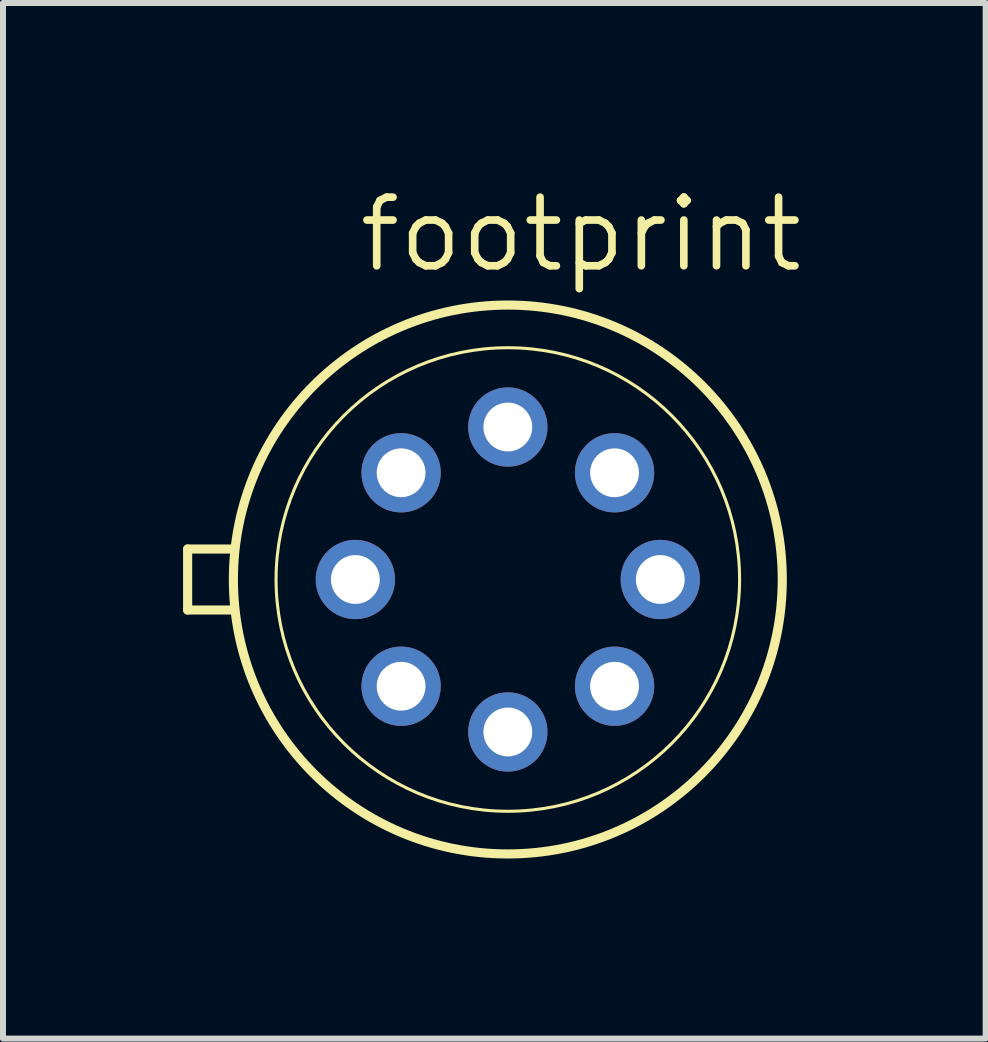
<source format=kicad_pcb>
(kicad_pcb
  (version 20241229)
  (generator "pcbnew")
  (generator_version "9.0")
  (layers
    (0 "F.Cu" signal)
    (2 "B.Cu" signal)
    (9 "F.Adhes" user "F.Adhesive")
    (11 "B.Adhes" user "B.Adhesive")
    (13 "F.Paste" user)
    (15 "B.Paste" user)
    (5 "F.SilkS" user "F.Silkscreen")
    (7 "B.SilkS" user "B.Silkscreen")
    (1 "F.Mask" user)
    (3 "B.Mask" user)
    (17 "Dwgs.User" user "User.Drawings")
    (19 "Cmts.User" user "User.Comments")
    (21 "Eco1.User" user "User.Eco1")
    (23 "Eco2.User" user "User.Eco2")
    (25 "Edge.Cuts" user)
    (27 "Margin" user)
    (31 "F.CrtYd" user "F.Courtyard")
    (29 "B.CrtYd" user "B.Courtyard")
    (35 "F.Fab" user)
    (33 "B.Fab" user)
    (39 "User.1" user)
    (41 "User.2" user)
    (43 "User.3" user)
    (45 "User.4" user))
  (footprint "footprint"
    (layer "F.Cu")
    (at 5.41 6.604)
    (property "Reference" "footprint" (at -2.54 -5.08 0) (layer "F.SilkS") (effects (font (size 1.143 1.143) (thickness 0.127)) (justify left bottom)))
    (fp_line (start -5.334 -0.508) (end -5.334 0.508) (stroke (width 0.152) (type solid)) (layer "F.SilkS"))
    (fp_line (start -5.334 0.508) (end -4.572 0.508) (stroke (width 0.152) (type solid)) (layer "F.SilkS"))
    (fp_line (start -4.572 -0.508) (end -5.334 -0.508) (stroke (width 0.152) (type solid)) (layer "F.SilkS"))
    (fp_circle (center 0 0) (end 3.861 0) (stroke (width 0.051) (type solid)) (fill no) (layer "F.SilkS"))
    (fp_circle (center 0 0) (end 4.572 0) (stroke (width 0.152) (type solid)) (fill no) (layer "F.SilkS"))
    (pad "1" thru_hole circle (at -1.778 1.778) (size 1.321 1.321) (drill 0.813) (layers "*.Cu" "*.Mask"))
    (pad "2" thru_hole circle (at 0 2.54) (size 1.321 1.321) (drill 0.813) (layers "*.Cu" "*.Mask"))
    (pad "3" thru_hole circle (at 1.778 1.778) (size 1.321 1.321) (drill 0.813) (layers "*.Cu" "*.Mask"))
    (pad "4" thru_hole circle (at 2.54 0) (size 1.321 1.321) (drill 0.813) (layers "*.Cu" "*.Mask"))
    (pad "5" thru_hole circle (at 1.778 -1.778) (size 1.321 1.321) (drill 0.813) (layers "*.Cu" "*.Mask"))
    (pad "6" thru_hole circle (at 0 -2.54) (size 1.321 1.321) (drill 0.813) (layers "*.Cu" "*.Mask"))
    (pad "7" thru_hole circle (at -1.778 -1.778) (size 1.321 1.321) (drill 0.813) (layers "*.Cu" "*.Mask"))
    (pad "8" thru_hole circle (at -2.54 0) (size 1.321 1.321) (drill 0.813) (layers "*.Cu" "*.Mask")))
  (gr_rect
    (start -3 -3)
    (end 13.37 14.252)
    (stroke (width 0.1) (type default))
    (fill no)
    (layer "Edge.Cuts")))
</source>
